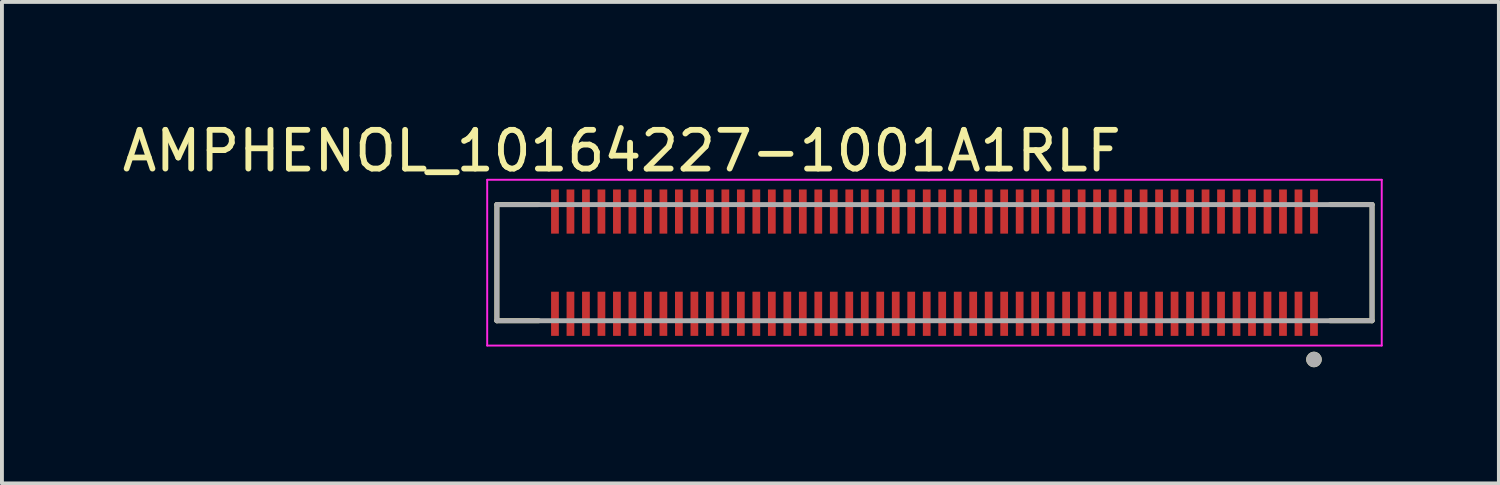
<source format=kicad_pcb>
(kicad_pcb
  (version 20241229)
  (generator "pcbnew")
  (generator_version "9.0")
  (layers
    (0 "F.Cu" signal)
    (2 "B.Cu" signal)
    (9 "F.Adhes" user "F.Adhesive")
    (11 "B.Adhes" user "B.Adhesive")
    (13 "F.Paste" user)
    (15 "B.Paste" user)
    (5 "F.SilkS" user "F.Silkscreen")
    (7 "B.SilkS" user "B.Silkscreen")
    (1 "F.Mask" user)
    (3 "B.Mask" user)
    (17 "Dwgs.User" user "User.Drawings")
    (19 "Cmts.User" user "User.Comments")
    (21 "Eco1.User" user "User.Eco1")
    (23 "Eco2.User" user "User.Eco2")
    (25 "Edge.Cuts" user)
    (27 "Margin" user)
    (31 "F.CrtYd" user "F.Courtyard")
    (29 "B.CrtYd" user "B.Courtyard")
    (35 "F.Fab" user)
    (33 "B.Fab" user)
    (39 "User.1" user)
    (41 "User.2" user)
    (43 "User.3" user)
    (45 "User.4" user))
  (footprint "AMPHENOL_10164227-1001A1RLF"
    (layer "F.Cu")
    (at 21.081 3.733)
    (property "Reference" "AMPHENOL_10164227-1001A1RLF" (at -8.075 -2.885 0) (layer "F.SilkS") (effects (font (size 1 1) (thickness 0.15))))
    (attr smd)
    (fp_poly (pts (xy -9.95 -1.94) (xy -9.65 -1.94) (xy -9.65 -1.19) (xy -9.95 -1.19)) (stroke (width 0.01) (type solid)) (fill yes) (layer "F.Mask"))
    (fp_poly (pts (xy -9.95 1.19) (xy -9.65 1.19) (xy -9.65 1.94) (xy -9.95 1.94)) (stroke (width 0.01) (type solid)) (fill yes) (layer "F.Mask"))
    (fp_poly (pts (xy -9.55 -1.94) (xy -9.25 -1.94) (xy -9.25 -1.19) (xy -9.55 -1.19)) (stroke (width 0.01) (type solid)) (fill yes) (layer "F.Mask"))
    (fp_poly (pts (xy -9.55 1.19) (xy -9.25 1.19) (xy -9.25 1.94) (xy -9.55 1.94)) (stroke (width 0.01) (type solid)) (fill yes) (layer "F.Mask"))
    (fp_poly (pts (xy -9.15 -1.94) (xy -8.85 -1.94) (xy -8.85 -1.19) (xy -9.15 -1.19)) (stroke (width 0.01) (type solid)) (fill yes) (layer "F.Mask"))
    (fp_poly (pts (xy -9.15 1.19) (xy -8.85 1.19) (xy -8.85 1.94) (xy -9.15 1.94)) (stroke (width 0.01) (type solid)) (fill yes) (layer "F.Mask"))
    (fp_poly (pts (xy -8.75 -1.94) (xy -8.45 -1.94) (xy -8.45 -1.19) (xy -8.75 -1.19)) (stroke (width 0.01) (type solid)) (fill yes) (layer "F.Mask"))
    (fp_poly (pts (xy -8.75 1.19) (xy -8.45 1.19) (xy -8.45 1.94) (xy -8.75 1.94)) (stroke (width 0.01) (type solid)) (fill yes) (layer "F.Mask"))
    (fp_poly (pts (xy -8.35 -1.94) (xy -8.05 -1.94) (xy -8.05 -1.19) (xy -8.35 -1.19)) (stroke (width 0.01) (type solid)) (fill yes) (layer "F.Mask"))
    (fp_poly (pts (xy -8.35 1.19) (xy -8.05 1.19) (xy -8.05 1.94) (xy -8.35 1.94)) (stroke (width 0.01) (type solid)) (fill yes) (layer "F.Mask"))
    (fp_poly (pts (xy -7.95 -1.94) (xy -7.65 -1.94) (xy -7.65 -1.19) (xy -7.95 -1.19)) (stroke (width 0.01) (type solid)) (fill yes) (layer "F.Mask"))
    (fp_poly (pts (xy -7.95 1.19) (xy -7.65 1.19) (xy -7.65 1.94) (xy -7.95 1.94)) (stroke (width 0.01) (type solid)) (fill yes) (layer "F.Mask"))
    (fp_poly (pts (xy -7.55 -1.94) (xy -7.25 -1.94) (xy -7.25 -1.19) (xy -7.55 -1.19)) (stroke (width 0.01) (type solid)) (fill yes) (layer "F.Mask"))
    (fp_poly (pts (xy -7.55 1.19) (xy -7.25 1.19) (xy -7.25 1.94) (xy -7.55 1.94)) (stroke (width 0.01) (type solid)) (fill yes) (layer "F.Mask"))
    (fp_poly (pts (xy -7.15 -1.94) (xy -6.85 -1.94) (xy -6.85 -1.19) (xy -7.15 -1.19)) (stroke (width 0.01) (type solid)) (fill yes) (layer "F.Mask"))
    (fp_poly (pts (xy -7.15 1.19) (xy -6.85 1.19) (xy -6.85 1.94) (xy -7.15 1.94)) (stroke (width 0.01) (type solid)) (fill yes) (layer "F.Mask"))
    (fp_poly (pts (xy -6.75 -1.94) (xy -6.45 -1.94) (xy -6.45 -1.19) (xy -6.75 -1.19)) (stroke (width 0.01) (type solid)) (fill yes) (layer "F.Mask"))
    (fp_poly (pts (xy -6.75 1.19) (xy -6.45 1.19) (xy -6.45 1.94) (xy -6.75 1.94)) (stroke (width 0.01) (type solid)) (fill yes) (layer "F.Mask"))
    (fp_poly (pts (xy -6.35 -1.94) (xy -6.05 -1.94) (xy -6.05 -1.19) (xy -6.35 -1.19)) (stroke (width 0.01) (type solid)) (fill yes) (layer "F.Mask"))
    (fp_poly (pts (xy -6.35 1.19) (xy -6.05 1.19) (xy -6.05 1.94) (xy -6.35 1.94)) (stroke (width 0.01) (type solid)) (fill yes) (layer "F.Mask"))
    (fp_poly (pts (xy -5.95 -1.94) (xy -5.65 -1.94) (xy -5.65 -1.19) (xy -5.95 -1.19)) (stroke (width 0.01) (type solid)) (fill yes) (layer "F.Mask"))
    (fp_poly (pts (xy -5.95 1.19) (xy -5.65 1.19) (xy -5.65 1.94) (xy -5.95 1.94)) (stroke (width 0.01) (type solid)) (fill yes) (layer "F.Mask"))
    (fp_poly (pts (xy -5.55 -1.94) (xy -5.25 -1.94) (xy -5.25 -1.19) (xy -5.55 -1.19)) (stroke (width 0.01) (type solid)) (fill yes) (layer "F.Mask"))
    (fp_poly (pts (xy -5.55 1.19) (xy -5.25 1.19) (xy -5.25 1.94) (xy -5.55 1.94)) (stroke (width 0.01) (type solid)) (fill yes) (layer "F.Mask"))
    (fp_poly (pts (xy -5.15 -1.94) (xy -4.85 -1.94) (xy -4.85 -1.19) (xy -5.15 -1.19)) (stroke (width 0.01) (type solid)) (fill yes) (layer "F.Mask"))
    (fp_poly (pts (xy -5.15 1.19) (xy -4.85 1.19) (xy -4.85 1.94) (xy -5.15 1.94)) (stroke (width 0.01) (type solid)) (fill yes) (layer "F.Mask"))
    (fp_poly (pts (xy -4.75 -1.94) (xy -4.45 -1.94) (xy -4.45 -1.19) (xy -4.75 -1.19)) (stroke (width 0.01) (type solid)) (fill yes) (layer "F.Mask"))
    (fp_poly (pts (xy -4.75 1.19) (xy -4.45 1.19) (xy -4.45 1.94) (xy -4.75 1.94)) (stroke (width 0.01) (type solid)) (fill yes) (layer "F.Mask"))
    (fp_poly (pts (xy -4.35 -1.94) (xy -4.05 -1.94) (xy -4.05 -1.19) (xy -4.35 -1.19)) (stroke (width 0.01) (type solid)) (fill yes) (layer "F.Mask"))
    (fp_poly (pts (xy -4.35 1.19) (xy -4.05 1.19) (xy -4.05 1.94) (xy -4.35 1.94)) (stroke (width 0.01) (type solid)) (fill yes) (layer "F.Mask"))
    (fp_poly (pts (xy -3.95 -1.94) (xy -3.65 -1.94) (xy -3.65 -1.19) (xy -3.95 -1.19)) (stroke (width 0.01) (type solid)) (fill yes) (layer "F.Mask"))
    (fp_poly (pts (xy -3.95 1.19) (xy -3.65 1.19) (xy -3.65 1.94) (xy -3.95 1.94)) (stroke (width 0.01) (type solid)) (fill yes) (layer "F.Mask"))
    (fp_poly (pts (xy -3.55 -1.94) (xy -3.25 -1.94) (xy -3.25 -1.19) (xy -3.55 -1.19)) (stroke (width 0.01) (type solid)) (fill yes) (layer "F.Mask"))
    (fp_poly (pts (xy -3.55 1.19) (xy -3.25 1.19) (xy -3.25 1.94) (xy -3.55 1.94)) (stroke (width 0.01) (type solid)) (fill yes) (layer "F.Mask"))
    (fp_poly (pts (xy -3.15 -1.94) (xy -2.85 -1.94) (xy -2.85 -1.19) (xy -3.15 -1.19)) (stroke (width 0.01) (type solid)) (fill yes) (layer "F.Mask"))
    (fp_poly (pts (xy -3.15 1.19) (xy -2.85 1.19) (xy -2.85 1.94) (xy -3.15 1.94)) (stroke (width 0.01) (type solid)) (fill yes) (layer "F.Mask"))
    (fp_poly (pts (xy -2.75 -1.94) (xy -2.45 -1.94) (xy -2.45 -1.19) (xy -2.75 -1.19)) (stroke (width 0.01) (type solid)) (fill yes) (layer "F.Mask"))
    (fp_poly (pts (xy -2.75 1.19) (xy -2.45 1.19) (xy -2.45 1.94) (xy -2.75 1.94)) (stroke (width 0.01) (type solid)) (fill yes) (layer "F.Mask"))
    (fp_poly (pts (xy -2.35 -1.94) (xy -2.05 -1.94) (xy -2.05 -1.19) (xy -2.35 -1.19)) (stroke (width 0.01) (type solid)) (fill yes) (layer "F.Mask"))
    (fp_poly (pts (xy -2.35 1.19) (xy -2.05 1.19) (xy -2.05 1.94) (xy -2.35 1.94)) (stroke (width 0.01) (type solid)) (fill yes) (layer "F.Mask"))
    (fp_poly (pts (xy -1.95 -1.94) (xy -1.65 -1.94) (xy -1.65 -1.19) (xy -1.95 -1.19)) (stroke (width 0.01) (type solid)) (fill yes) (layer "F.Mask"))
    (fp_poly (pts (xy -1.95 1.19) (xy -1.65 1.19) (xy -1.65 1.94) (xy -1.95 1.94)) (stroke (width 0.01) (type solid)) (fill yes) (layer "F.Mask"))
    (fp_poly (pts (xy -1.55 -1.94) (xy -1.25 -1.94) (xy -1.25 -1.19) (xy -1.55 -1.19)) (stroke (width 0.01) (type solid)) (fill yes) (layer "F.Mask"))
    (fp_poly (pts (xy -1.55 1.19) (xy -1.25 1.19) (xy -1.25 1.94) (xy -1.55 1.94)) (stroke (width 0.01) (type solid)) (fill yes) (layer "F.Mask"))
    (fp_poly (pts (xy -1.15 -1.94) (xy -0.85 -1.94) (xy -0.85 -1.19) (xy -1.15 -1.19)) (stroke (width 0.01) (type solid)) (fill yes) (layer "F.Mask"))
    (fp_poly (pts (xy -1.15 1.19) (xy -0.85 1.19) (xy -0.85 1.94) (xy -1.15 1.94)) (stroke (width 0.01) (type solid)) (fill yes) (layer "F.Mask"))
    (fp_poly (pts (xy -0.75 -1.94) (xy -0.45 -1.94) (xy -0.45 -1.19) (xy -0.75 -1.19)) (stroke (width 0.01) (type solid)) (fill yes) (layer "F.Mask"))
    (fp_poly (pts (xy -0.75 1.19) (xy -0.45 1.19) (xy -0.45 1.94) (xy -0.75 1.94)) (stroke (width 0.01) (type solid)) (fill yes) (layer "F.Mask"))
    (fp_poly (pts (xy -0.35 -1.94) (xy -0.05 -1.94) (xy -0.05 -1.19) (xy -0.35 -1.19)) (stroke (width 0.01) (type solid)) (fill yes) (layer "F.Mask"))
    (fp_poly (pts (xy -0.35 1.19) (xy -0.05 1.19) (xy -0.05 1.94) (xy -0.35 1.94)) (stroke (width 0.01) (type solid)) (fill yes) (layer "F.Mask"))
    (fp_poly (pts (xy 0.05 -1.94) (xy 0.35 -1.94) (xy 0.35 -1.19) (xy 0.05 -1.19)) (stroke (width 0.01) (type solid)) (fill yes) (layer "F.Mask"))
    (fp_poly (pts (xy 0.05 1.19) (xy 0.35 1.19) (xy 0.35 1.94) (xy 0.05 1.94)) (stroke (width 0.01) (type solid)) (fill yes) (layer "F.Mask"))
    (fp_poly (pts (xy 0.45 -1.94) (xy 0.75 -1.94) (xy 0.75 -1.19) (xy 0.45 -1.19)) (stroke (width 0.01) (type solid)) (fill yes) (layer "F.Mask"))
    (fp_poly (pts (xy 0.45 1.19) (xy 0.75 1.19) (xy 0.75 1.94) (xy 0.45 1.94)) (stroke (width 0.01) (type solid)) (fill yes) (layer "F.Mask"))
    (fp_poly (pts (xy 0.85 -1.94) (xy 1.15 -1.94) (xy 1.15 -1.19) (xy 0.85 -1.19)) (stroke (width 0.01) (type solid)) (fill yes) (layer "F.Mask"))
    (fp_poly (pts (xy 0.85 1.19) (xy 1.15 1.19) (xy 1.15 1.94) (xy 0.85 1.94)) (stroke (width 0.01) (type solid)) (fill yes) (layer "F.Mask"))
    (fp_poly (pts (xy 1.25 -1.94) (xy 1.55 -1.94) (xy 1.55 -1.19) (xy 1.25 -1.19)) (stroke (width 0.01) (type solid)) (fill yes) (layer "F.Mask"))
    (fp_poly (pts (xy 1.25 1.19) (xy 1.55 1.19) (xy 1.55 1.94) (xy 1.25 1.94)) (stroke (width 0.01) (type solid)) (fill yes) (layer "F.Mask"))
    (fp_poly (pts (xy 1.65 -1.94) (xy 1.95 -1.94) (xy 1.95 -1.19) (xy 1.65 -1.19)) (stroke (width 0.01) (type solid)) (fill yes) (layer "F.Mask"))
    (fp_poly (pts (xy 1.65 1.19) (xy 1.95 1.19) (xy 1.95 1.94) (xy 1.65 1.94)) (stroke (width 0.01) (type solid)) (fill yes) (layer "F.Mask"))
    (fp_poly (pts (xy 2.05 -1.94) (xy 2.35 -1.94) (xy 2.35 -1.19) (xy 2.05 -1.19)) (stroke (width 0.01) (type solid)) (fill yes) (layer "F.Mask"))
    (fp_poly (pts (xy 2.05 1.19) (xy 2.35 1.19) (xy 2.35 1.94) (xy 2.05 1.94)) (stroke (width 0.01) (type solid)) (fill yes) (layer "F.Mask"))
    (fp_poly (pts (xy 2.45 -1.94) (xy 2.75 -1.94) (xy 2.75 -1.19) (xy 2.45 -1.19)) (stroke (width 0.01) (type solid)) (fill yes) (layer "F.Mask"))
    (fp_poly (pts (xy 2.45 1.19) (xy 2.75 1.19) (xy 2.75 1.94) (xy 2.45 1.94)) (stroke (width 0.01) (type solid)) (fill yes) (layer "F.Mask"))
    (fp_poly (pts (xy 2.85 -1.94) (xy 3.15 -1.94) (xy 3.15 -1.19) (xy 2.85 -1.19)) (stroke (width 0.01) (type solid)) (fill yes) (layer "F.Mask"))
    (fp_poly (pts (xy 2.85 1.19) (xy 3.15 1.19) (xy 3.15 1.94) (xy 2.85 1.94)) (stroke (width 0.01) (type solid)) (fill yes) (layer "F.Mask"))
    (fp_poly (pts (xy 3.25 -1.94) (xy 3.55 -1.94) (xy 3.55 -1.19) (xy 3.25 -1.19)) (stroke (width 0.01) (type solid)) (fill yes) (layer "F.Mask"))
    (fp_poly (pts (xy 3.25 1.19) (xy 3.55 1.19) (xy 3.55 1.94) (xy 3.25 1.94)) (stroke (width 0.01) (type solid)) (fill yes) (layer "F.Mask"))
    (fp_poly (pts (xy 3.65 -1.94) (xy 3.95 -1.94) (xy 3.95 -1.19) (xy 3.65 -1.19)) (stroke (width 0.01) (type solid)) (fill yes) (layer "F.Mask"))
    (fp_poly (pts (xy 3.65 1.19) (xy 3.95 1.19) (xy 3.95 1.94) (xy 3.65 1.94)) (stroke (width 0.01) (type solid)) (fill yes) (layer "F.Mask"))
    (fp_poly (pts (xy 4.05 -1.94) (xy 4.35 -1.94) (xy 4.35 -1.19) (xy 4.05 -1.19)) (stroke (width 0.01) (type solid)) (fill yes) (layer "F.Mask"))
    (fp_poly (pts (xy 4.05 1.19) (xy 4.35 1.19) (xy 4.35 1.94) (xy 4.05 1.94)) (stroke (width 0.01) (type solid)) (fill yes) (layer "F.Mask"))
    (fp_poly (pts (xy 4.45 -1.94) (xy 4.75 -1.94) (xy 4.75 -1.19) (xy 4.45 -1.19)) (stroke (width 0.01) (type solid)) (fill yes) (layer "F.Mask"))
    (fp_poly (pts (xy 4.45 1.19) (xy 4.75 1.19) (xy 4.75 1.94) (xy 4.45 1.94)) (stroke (width 0.01) (type solid)) (fill yes) (layer "F.Mask"))
    (fp_poly (pts (xy 4.85 -1.94) (xy 5.15 -1.94) (xy 5.15 -1.19) (xy 4.85 -1.19)) (stroke (width 0.01) (type solid)) (fill yes) (layer "F.Mask"))
    (fp_poly (pts (xy 4.85 1.19) (xy 5.15 1.19) (xy 5.15 1.94) (xy 4.85 1.94)) (stroke (width 0.01) (type solid)) (fill yes) (layer "F.Mask"))
    (fp_poly (pts (xy 5.25 -1.94) (xy 5.55 -1.94) (xy 5.55 -1.19) (xy 5.25 -1.19)) (stroke (width 0.01) (type solid)) (fill yes) (layer "F.Mask"))
    (fp_poly (pts (xy 5.25 1.19) (xy 5.55 1.19) (xy 5.55 1.94) (xy 5.25 1.94)) (stroke (width 0.01) (type solid)) (fill yes) (layer "F.Mask"))
    (fp_poly (pts (xy 5.65 -1.94) (xy 5.95 -1.94) (xy 5.95 -1.19) (xy 5.65 -1.19)) (stroke (width 0.01) (type solid)) (fill yes) (layer "F.Mask"))
    (fp_poly (pts (xy 5.65 1.19) (xy 5.95 1.19) (xy 5.95 1.94) (xy 5.65 1.94)) (stroke (width 0.01) (type solid)) (fill yes) (layer "F.Mask"))
    (fp_poly (pts (xy 6.05 -1.94) (xy 6.35 -1.94) (xy 6.35 -1.19) (xy 6.05 -1.19)) (stroke (width 0.01) (type solid)) (fill yes) (layer "F.Mask"))
    (fp_poly (pts (xy 6.05 1.19) (xy 6.35 1.19) (xy 6.35 1.94) (xy 6.05 1.94)) (stroke (width 0.01) (type solid)) (fill yes) (layer "F.Mask"))
    (fp_poly (pts (xy 6.45 -1.94) (xy 6.75 -1.94) (xy 6.75 -1.19) (xy 6.45 -1.19)) (stroke (width 0.01) (type solid)) (fill yes) (layer "F.Mask"))
    (fp_poly (pts (xy 6.45 1.19) (xy 6.75 1.19) (xy 6.75 1.94) (xy 6.45 1.94)) (stroke (width 0.01) (type solid)) (fill yes) (layer "F.Mask"))
    (fp_poly (pts (xy 6.85 -1.94) (xy 7.15 -1.94) (xy 7.15 -1.19) (xy 6.85 -1.19)) (stroke (width 0.01) (type solid)) (fill yes) (layer "F.Mask"))
    (fp_poly (pts (xy 6.85 1.19) (xy 7.15 1.19) (xy 7.15 1.94) (xy 6.85 1.94)) (stroke (width 0.01) (type solid)) (fill yes) (layer "F.Mask"))
    (fp_poly (pts (xy 7.25 -1.94) (xy 7.55 -1.94) (xy 7.55 -1.19) (xy 7.25 -1.19)) (stroke (width 0.01) (type solid)) (fill yes) (layer "F.Mask"))
    (fp_poly (pts (xy 7.25 1.19) (xy 7.55 1.19) (xy 7.55 1.94) (xy 7.25 1.94)) (stroke (width 0.01) (type solid)) (fill yes) (layer "F.Mask"))
    (fp_poly (pts (xy 7.65 -1.94) (xy 7.95 -1.94) (xy 7.95 -1.19) (xy 7.65 -1.19)) (stroke (width 0.01) (type solid)) (fill yes) (layer "F.Mask"))
    (fp_poly (pts (xy 7.65 1.19) (xy 7.95 1.19) (xy 7.95 1.94) (xy 7.65 1.94)) (stroke (width 0.01) (type solid)) (fill yes) (layer "F.Mask"))
    (fp_poly (pts (xy 8.05 -1.94) (xy 8.35 -1.94) (xy 8.35 -1.19) (xy 8.05 -1.19)) (stroke (width 0.01) (type solid)) (fill yes) (layer "F.Mask"))
    (fp_poly (pts (xy 8.05 1.19) (xy 8.35 1.19) (xy 8.35 1.94) (xy 8.05 1.94)) (stroke (width 0.01) (type solid)) (fill yes) (layer "F.Mask"))
    (fp_poly (pts (xy 8.45 -1.94) (xy 8.75 -1.94) (xy 8.75 -1.19) (xy 8.45 -1.19)) (stroke (width 0.01) (type solid)) (fill yes) (layer "F.Mask"))
    (fp_poly (pts (xy 8.45 1.19) (xy 8.75 1.19) (xy 8.75 1.94) (xy 8.45 1.94)) (stroke (width 0.01) (type solid)) (fill yes) (layer "F.Mask"))
    (fp_poly (pts (xy 8.85 -1.94) (xy 9.15 -1.94) (xy 9.15 -1.19) (xy 8.85 -1.19)) (stroke (width 0.01) (type solid)) (fill yes) (layer "F.Mask"))
    (fp_poly (pts (xy 8.85 1.19) (xy 9.15 1.19) (xy 9.15 1.94) (xy 8.85 1.94)) (stroke (width 0.01) (type solid)) (fill yes) (layer "F.Mask"))
    (fp_poly (pts (xy 9.25 -1.94) (xy 9.55 -1.94) (xy 9.55 -1.19) (xy 9.25 -1.19)) (stroke (width 0.01) (type solid)) (fill yes) (layer "F.Mask"))
    (fp_poly (pts (xy 9.25 1.19) (xy 9.55 1.19) (xy 9.55 1.94) (xy 9.25 1.94)) (stroke (width 0.01) (type solid)) (fill yes) (layer "F.Mask"))
    (fp_poly (pts (xy 9.65 -1.94) (xy 9.95 -1.94) (xy 9.95 -1.19) (xy 9.65 -1.19)) (stroke (width 0.01) (type solid)) (fill yes) (layer "F.Mask"))
    (fp_poly (pts (xy 9.65 1.19) (xy 9.95 1.19) (xy 9.95 1.94) (xy 9.65 1.94)) (stroke (width 0.01) (type solid)) (fill yes) (layer "F.Mask"))
    (fp_line (start -11.3 -1.5) (end -11.3 1.5) (stroke (width 0.127) (type solid)) (layer "F.SilkS"))
    (fp_line (start -11.3 1.5) (end -10.22 1.5) (stroke (width 0.127) (type solid)) (layer "F.SilkS"))
    (fp_line (start -10.22 -1.5) (end -11.3 -1.5) (stroke (width 0.127) (type solid)) (layer "F.SilkS"))
    (fp_line (start 10.22 1.5) (end 11.3 1.5) (stroke (width 0.127) (type solid)) (layer "F.SilkS"))
    (fp_line (start 11.3 -1.5) (end 10.22 -1.5) (stroke (width 0.127) (type solid)) (layer "F.SilkS"))
    (fp_line (start 11.3 1.5) (end 11.3 -1.5) (stroke (width 0.127) (type solid)) (layer "F.SilkS"))
    (fp_circle (center 9.8 2.5) (end 9.9 2.5) (stroke (width 0.2) (type solid)) (fill no) (layer "F.SilkS"))
    (fp_poly (pts (xy -9.889 -1.853) (xy -9.71 -1.853) (xy -9.71 -1.227) (xy -9.889 -1.227)) (stroke (width 0.01) (type solid)) (fill yes) (layer "F.Paste"))
    (fp_poly (pts (xy -9.889 1.227) (xy -9.71 1.227) (xy -9.71 1.853) (xy -9.889 1.853)) (stroke (width 0.01) (type solid)) (fill yes) (layer "F.Paste"))
    (fp_poly (pts (xy -9.489 -1.853) (xy -9.31 -1.853) (xy -9.31 -1.227) (xy -9.489 -1.227)) (stroke (width 0.01) (type solid)) (fill yes) (layer "F.Paste"))
    (fp_poly (pts (xy -9.489 1.227) (xy -9.31 1.227) (xy -9.31 1.853) (xy -9.489 1.853)) (stroke (width 0.01) (type solid)) (fill yes) (layer "F.Paste"))
    (fp_poly (pts (xy -9.089 -1.853) (xy -8.911 -1.853) (xy -8.911 -1.227) (xy -9.089 -1.227)) (stroke (width 0.01) (type solid)) (fill yes) (layer "F.Paste"))
    (fp_poly (pts (xy -9.089 1.227) (xy -8.911 1.227) (xy -8.911 1.853) (xy -9.089 1.853)) (stroke (width 0.01) (type solid)) (fill yes) (layer "F.Paste"))
    (fp_poly (pts (xy -8.69 -1.853) (xy -8.511 -1.853) (xy -8.511 -1.227) (xy -8.69 -1.227)) (stroke (width 0.01) (type solid)) (fill yes) (layer "F.Paste"))
    (fp_poly (pts (xy -8.69 1.227) (xy -8.511 1.227) (xy -8.511 1.853) (xy -8.69 1.853)) (stroke (width 0.01) (type solid)) (fill yes) (layer "F.Paste"))
    (fp_poly (pts (xy -8.29 -1.853) (xy -8.111 -1.853) (xy -8.111 -1.227) (xy -8.29 -1.227)) (stroke (width 0.01) (type solid)) (fill yes) (layer "F.Paste"))
    (fp_poly (pts (xy -8.29 1.227) (xy -8.111 1.227) (xy -8.111 1.853) (xy -8.29 1.853)) (stroke (width 0.01) (type solid)) (fill yes) (layer "F.Paste"))
    (fp_poly (pts (xy -7.889 -1.853) (xy -7.71 -1.853) (xy -7.71 -1.227) (xy -7.889 -1.227)) (stroke (width 0.01) (type solid)) (fill yes) (layer "F.Paste"))
    (fp_poly (pts (xy -7.889 1.227) (xy -7.71 1.227) (xy -7.71 1.853) (xy -7.889 1.853)) (stroke (width 0.01) (type solid)) (fill yes) (layer "F.Paste"))
    (fp_poly (pts (xy -7.489 -1.853) (xy -7.311 -1.853) (xy -7.311 -1.227) (xy -7.489 -1.227)) (stroke (width 0.01) (type solid)) (fill yes) (layer "F.Paste"))
    (fp_poly (pts (xy -7.489 1.227) (xy -7.311 1.227) (xy -7.311 1.853) (xy -7.489 1.853)) (stroke (width 0.01) (type solid)) (fill yes) (layer "F.Paste"))
    (fp_poly (pts (xy -7.09 -1.853) (xy -6.91 -1.853) (xy -6.91 -1.227) (xy -7.09 -1.227)) (stroke (width 0.01) (type solid)) (fill yes) (layer "F.Paste"))
    (fp_poly (pts (xy -7.09 1.227) (xy -6.91 1.227) (xy -6.91 1.853) (xy -7.09 1.853)) (stroke (width 0.01) (type solid)) (fill yes) (layer "F.Paste"))
    (fp_poly (pts (xy -6.689 -1.853) (xy -6.511 -1.853) (xy -6.511 -1.227) (xy -6.689 -1.227)) (stroke (width 0.01) (type solid)) (fill yes) (layer "F.Paste"))
    (fp_poly (pts (xy -6.689 1.227) (xy -6.511 1.227) (xy -6.511 1.853) (xy -6.689 1.853)) (stroke (width 0.01) (type solid)) (fill yes) (layer "F.Paste"))
    (fp_poly (pts (xy -6.29 -1.853) (xy -6.111 -1.853) (xy -6.111 -1.227) (xy -6.29 -1.227)) (stroke (width 0.01) (type solid)) (fill yes) (layer "F.Paste"))
    (fp_poly (pts (xy -6.29 1.227) (xy -6.111 1.227) (xy -6.111 1.853) (xy -6.29 1.853)) (stroke (width 0.01) (type solid)) (fill yes) (layer "F.Paste"))
    (fp_poly (pts (xy -5.889 -1.853) (xy -5.71 -1.853) (xy -5.71 -1.227) (xy -5.889 -1.227)) (stroke (width 0.01) (type solid)) (fill yes) (layer "F.Paste"))
    (fp_poly (pts (xy -5.889 1.227) (xy -5.71 1.227) (xy -5.71 1.853) (xy -5.889 1.853)) (stroke (width 0.01) (type solid)) (fill yes) (layer "F.Paste"))
    (fp_poly (pts (xy -5.489 -1.853) (xy -5.311 -1.853) (xy -5.311 -1.227) (xy -5.489 -1.227)) (stroke (width 0.01) (type solid)) (fill yes) (layer "F.Paste"))
    (fp_poly (pts (xy -5.489 1.227) (xy -5.311 1.227) (xy -5.311 1.853) (xy -5.489 1.853)) (stroke (width 0.01) (type solid)) (fill yes) (layer "F.Paste"))
    (fp_poly (pts (xy -5.09 -1.853) (xy -4.91 -1.853) (xy -4.91 -1.227) (xy -5.09 -1.227)) (stroke (width 0.01) (type solid)) (fill yes) (layer "F.Paste"))
    (fp_poly (pts (xy -5.09 1.227) (xy -4.91 1.227) (xy -4.91 1.853) (xy -5.09 1.853)) (stroke (width 0.01) (type solid)) (fill yes) (layer "F.Paste"))
    (fp_poly (pts (xy -4.689 -1.853) (xy -4.511 -1.853) (xy -4.511 -1.227) (xy -4.689 -1.227)) (stroke (width 0.01) (type solid)) (fill yes) (layer "F.Paste"))
    (fp_poly (pts (xy -4.689 1.227) (xy -4.511 1.227) (xy -4.511 1.853) (xy -4.689 1.853)) (stroke (width 0.01) (type solid)) (fill yes) (layer "F.Paste"))
    (fp_poly (pts (xy -4.29 -1.853) (xy -4.111 -1.853) (xy -4.111 -1.227) (xy -4.29 -1.227)) (stroke (width 0.01) (type solid)) (fill yes) (layer "F.Paste"))
    (fp_poly (pts (xy -4.29 1.227) (xy -4.111 1.227) (xy -4.111 1.853) (xy -4.29 1.853)) (stroke (width 0.01) (type solid)) (fill yes) (layer "F.Paste"))
    (fp_poly (pts (xy -3.889 -1.853) (xy -3.711 -1.853) (xy -3.711 -1.227) (xy -3.889 -1.227)) (stroke (width 0.01) (type solid)) (fill yes) (layer "F.Paste"))
    (fp_poly (pts (xy -3.889 1.227) (xy -3.711 1.227) (xy -3.711 1.853) (xy -3.889 1.853)) (stroke (width 0.01) (type solid)) (fill yes) (layer "F.Paste"))
    (fp_poly (pts (xy -3.49 -1.853) (xy -3.311 -1.853) (xy -3.311 -1.227) (xy -3.49 -1.227)) (stroke (width 0.01) (type solid)) (fill yes) (layer "F.Paste"))
    (fp_poly (pts (xy -3.49 1.227) (xy -3.311 1.227) (xy -3.311 1.853) (xy -3.49 1.853)) (stroke (width 0.01) (type solid)) (fill yes) (layer "F.Paste"))
    (fp_poly (pts (xy -3.09 -1.853) (xy -2.91 -1.853) (xy -2.91 -1.227) (xy -3.09 -1.227)) (stroke (width 0.01) (type solid)) (fill yes) (layer "F.Paste"))
    (fp_poly (pts (xy -3.09 1.227) (xy -2.91 1.227) (xy -2.91 1.853) (xy -3.09 1.853)) (stroke (width 0.01) (type solid)) (fill yes) (layer "F.Paste"))
    (fp_poly (pts (xy -2.689 -1.853) (xy -2.51 -1.853) (xy -2.51 -1.227) (xy -2.689 -1.227)) (stroke (width 0.01) (type solid)) (fill yes) (layer "F.Paste"))
    (fp_poly (pts (xy -2.689 1.227) (xy -2.51 1.227) (xy -2.51 1.853) (xy -2.689 1.853)) (stroke (width 0.01) (type solid)) (fill yes) (layer "F.Paste"))
    (fp_poly (pts (xy -2.289 -1.853) (xy -2.111 -1.853) (xy -2.111 -1.227) (xy -2.289 -1.227)) (stroke (width 0.01) (type solid)) (fill yes) (layer "F.Paste"))
    (fp_poly (pts (xy -2.289 1.227) (xy -2.111 1.227) (xy -2.111 1.853) (xy -2.289 1.853)) (stroke (width 0.01) (type solid)) (fill yes) (layer "F.Paste"))
    (fp_poly (pts (xy -1.889 -1.853) (xy -1.71 -1.853) (xy -1.71 -1.227) (xy -1.889 -1.227)) (stroke (width 0.01) (type solid)) (fill yes) (layer "F.Paste"))
    (fp_poly (pts (xy -1.889 1.227) (xy -1.71 1.227) (xy -1.71 1.853) (xy -1.889 1.853)) (stroke (width 0.01) (type solid)) (fill yes) (layer "F.Paste"))
    (fp_poly (pts (xy -1.49 -1.853) (xy -1.31 -1.853) (xy -1.31 -1.227) (xy -1.49 -1.227)) (stroke (width 0.01) (type solid)) (fill yes) (layer "F.Paste"))
    (fp_poly (pts (xy -1.49 1.227) (xy -1.31 1.227) (xy -1.31 1.853) (xy -1.49 1.853)) (stroke (width 0.01) (type solid)) (fill yes) (layer "F.Paste"))
    (fp_poly (pts (xy -1.089 -1.853) (xy -0.91 -1.853) (xy -0.91 -1.227) (xy -1.089 -1.227)) (stroke (width 0.01) (type solid)) (fill yes) (layer "F.Paste"))
    (fp_poly (pts (xy -1.089 1.227) (xy -0.91 1.227) (xy -0.91 1.853) (xy -1.089 1.853)) (stroke (width 0.01) (type solid)) (fill yes) (layer "F.Paste"))
    (fp_poly (pts (xy -0.69 -1.853) (xy -0.51 -1.853) (xy -0.51 -1.227) (xy -0.69 -1.227)) (stroke (width 0.01) (type solid)) (fill yes) (layer "F.Paste"))
    (fp_poly (pts (xy -0.69 1.227) (xy -0.51 1.227) (xy -0.51 1.853) (xy -0.69 1.853)) (stroke (width 0.01) (type solid)) (fill yes) (layer "F.Paste"))
    (fp_poly (pts (xy -0.289 -1.853) (xy -0.111 -1.853) (xy -0.111 -1.227) (xy -0.289 -1.227)) (stroke (width 0.01) (type solid)) (fill yes) (layer "F.Paste"))
    (fp_poly (pts (xy -0.289 1.227) (xy -0.111 1.227) (xy -0.111 1.853) (xy -0.289 1.853)) (stroke (width 0.01) (type solid)) (fill yes) (layer "F.Paste"))
    (fp_poly (pts (xy 0.111 -1.853) (xy 0.289 -1.853) (xy 0.289 -1.227) (xy 0.111 -1.227)) (stroke (width 0.01) (type solid)) (fill yes) (layer "F.Paste"))
    (fp_poly (pts (xy 0.111 1.227) (xy 0.289 1.227) (xy 0.289 1.853) (xy 0.111 1.853)) (stroke (width 0.01) (type solid)) (fill yes) (layer "F.Paste"))
    (fp_poly (pts (xy 0.51 -1.853) (xy 0.69 -1.853) (xy 0.69 -1.227) (xy 0.51 -1.227)) (stroke (width 0.01) (type solid)) (fill yes) (layer "F.Paste"))
    (fp_poly (pts (xy 0.51 1.227) (xy 0.69 1.227) (xy 0.69 1.853) (xy 0.51 1.853)) (stroke (width 0.01) (type solid)) (fill yes) (layer "F.Paste"))
    (fp_poly (pts (xy 0.91 -1.853) (xy 1.089 -1.853) (xy 1.089 -1.227) (xy 0.91 -1.227)) (stroke (width 0.01) (type solid)) (fill yes) (layer "F.Paste"))
    (fp_poly (pts (xy 0.91 1.227) (xy 1.089 1.227) (xy 1.089 1.853) (xy 0.91 1.853)) (stroke (width 0.01) (type solid)) (fill yes) (layer "F.Paste"))
    (fp_poly (pts (xy 1.31 -1.853) (xy 1.49 -1.853) (xy 1.49 -1.227) (xy 1.31 -1.227)) (stroke (width 0.01) (type solid)) (fill yes) (layer "F.Paste"))
    (fp_poly (pts (xy 1.31 1.227) (xy 1.49 1.227) (xy 1.49 1.853) (xy 1.31 1.853)) (stroke (width 0.01) (type solid)) (fill yes) (layer "F.Paste"))
    (fp_poly (pts (xy 1.71 -1.853) (xy 1.889 -1.853) (xy 1.889 -1.227) (xy 1.71 -1.227)) (stroke (width 0.01) (type solid)) (fill yes) (layer "F.Paste"))
    (fp_poly (pts (xy 1.71 1.227) (xy 1.889 1.227) (xy 1.889 1.853) (xy 1.71 1.853)) (stroke (width 0.01) (type solid)) (fill yes) (layer "F.Paste"))
    (fp_poly (pts (xy 2.111 -1.853) (xy 2.289 -1.853) (xy 2.289 -1.227) (xy 2.111 -1.227)) (stroke (width 0.01) (type solid)) (fill yes) (layer "F.Paste"))
    (fp_poly (pts (xy 2.111 1.227) (xy 2.289 1.227) (xy 2.289 1.853) (xy 2.111 1.853)) (stroke (width 0.01) (type solid)) (fill yes) (layer "F.Paste"))
    (fp_poly (pts (xy 2.51 -1.853) (xy 2.689 -1.853) (xy 2.689 -1.227) (xy 2.51 -1.227)) (stroke (width 0.01) (type solid)) (fill yes) (layer "F.Paste"))
    (fp_poly (pts (xy 2.51 1.227) (xy 2.689 1.227) (xy 2.689 1.853) (xy 2.51 1.853)) (stroke (width 0.01) (type solid)) (fill yes) (layer "F.Paste"))
    (fp_poly (pts (xy 2.91 -1.853) (xy 3.09 -1.853) (xy 3.09 -1.227) (xy 2.91 -1.227)) (stroke (width 0.01) (type solid)) (fill yes) (layer "F.Paste"))
    (fp_poly (pts (xy 2.91 1.227) (xy 3.09 1.227) (xy 3.09 1.853) (xy 2.91 1.853)) (stroke (width 0.01) (type solid)) (fill yes) (layer "F.Paste"))
    (fp_poly (pts (xy 3.311 -1.853) (xy 3.49 -1.853) (xy 3.49 -1.227) (xy 3.311 -1.227)) (stroke (width 0.01) (type solid)) (fill yes) (layer "F.Paste"))
    (fp_poly (pts (xy 3.311 1.227) (xy 3.49 1.227) (xy 3.49 1.853) (xy 3.311 1.853)) (stroke (width 0.01) (type solid)) (fill yes) (layer "F.Paste"))
    (fp_poly (pts (xy 3.711 -1.853) (xy 3.889 -1.853) (xy 3.889 -1.227) (xy 3.711 -1.227)) (stroke (width 0.01) (type solid)) (fill yes) (layer "F.Paste"))
    (fp_poly (pts (xy 3.711 1.227) (xy 3.889 1.227) (xy 3.889 1.853) (xy 3.711 1.853)) (stroke (width 0.01) (type solid)) (fill yes) (layer "F.Paste"))
    (fp_poly (pts (xy 4.111 -1.853) (xy 4.29 -1.853) (xy 4.29 -1.227) (xy 4.111 -1.227)) (stroke (width 0.01) (type solid)) (fill yes) (layer "F.Paste"))
    (fp_poly (pts (xy 4.111 1.227) (xy 4.29 1.227) (xy 4.29 1.853) (xy 4.111 1.853)) (stroke (width 0.01) (type solid)) (fill yes) (layer "F.Paste"))
    (fp_poly (pts (xy 4.511 -1.853) (xy 4.689 -1.853) (xy 4.689 -1.227) (xy 4.511 -1.227)) (stroke (width 0.01) (type solid)) (fill yes) (layer "F.Paste"))
    (fp_poly (pts (xy 4.511 1.227) (xy 4.689 1.227) (xy 4.689 1.853) (xy 4.511 1.853)) (stroke (width 0.01) (type solid)) (fill yes) (layer "F.Paste"))
    (fp_poly (pts (xy 4.91 -1.853) (xy 5.09 -1.853) (xy 5.09 -1.227) (xy 4.91 -1.227)) (stroke (width 0.01) (type solid)) (fill yes) (layer "F.Paste"))
    (fp_poly (pts (xy 4.91 1.227) (xy 5.09 1.227) (xy 5.09 1.853) (xy 4.91 1.853)) (stroke (width 0.01) (type solid)) (fill yes) (layer "F.Paste"))
    (fp_poly (pts (xy 5.311 -1.853) (xy 5.489 -1.853) (xy 5.489 -1.227) (xy 5.311 -1.227)) (stroke (width 0.01) (type solid)) (fill yes) (layer "F.Paste"))
    (fp_poly (pts (xy 5.311 1.227) (xy 5.489 1.227) (xy 5.489 1.853) (xy 5.311 1.853)) (stroke (width 0.01) (type solid)) (fill yes) (layer "F.Paste"))
    (fp_poly (pts (xy 5.71 -1.853) (xy 5.889 -1.853) (xy 5.889 -1.227) (xy 5.71 -1.227)) (stroke (width 0.01) (type solid)) (fill yes) (layer "F.Paste"))
    (fp_poly (pts (xy 5.71 1.227) (xy 5.889 1.227) (xy 5.889 1.853) (xy 5.71 1.853)) (stroke (width 0.01) (type solid)) (fill yes) (layer "F.Paste"))
    (fp_poly (pts (xy 6.111 -1.853) (xy 6.29 -1.853) (xy 6.29 -1.227) (xy 6.111 -1.227)) (stroke (width 0.01) (type solid)) (fill yes) (layer "F.Paste"))
    (fp_poly (pts (xy 6.111 1.227) (xy 6.29 1.227) (xy 6.29 1.853) (xy 6.111 1.853)) (stroke (width 0.01) (type solid)) (fill yes) (layer "F.Paste"))
    (fp_poly (pts (xy 6.511 -1.853) (xy 6.689 -1.853) (xy 6.689 -1.227) (xy 6.511 -1.227)) (stroke (width 0.01) (type solid)) (fill yes) (layer "F.Paste"))
    (fp_poly (pts (xy 6.511 1.227) (xy 6.689 1.227) (xy 6.689 1.853) (xy 6.511 1.853)) (stroke (width 0.01) (type solid)) (fill yes) (layer "F.Paste"))
    (fp_poly (pts (xy 6.91 -1.853) (xy 7.09 -1.853) (xy 7.09 -1.227) (xy 6.91 -1.227)) (stroke (width 0.01) (type solid)) (fill yes) (layer "F.Paste"))
    (fp_poly (pts (xy 6.91 1.227) (xy 7.09 1.227) (xy 7.09 1.853) (xy 6.91 1.853)) (stroke (width 0.01) (type solid)) (fill yes) (layer "F.Paste"))
    (fp_poly (pts (xy 7.311 -1.853) (xy 7.489 -1.853) (xy 7.489 -1.227) (xy 7.311 -1.227)) (stroke (width 0.01) (type solid)) (fill yes) (layer "F.Paste"))
    (fp_poly (pts (xy 7.311 1.227) (xy 7.489 1.227) (xy 7.489 1.853) (xy 7.311 1.853)) (stroke (width 0.01) (type solid)) (fill yes) (layer "F.Paste"))
    (fp_poly (pts (xy 7.71 -1.853) (xy 7.889 -1.853) (xy 7.889 -1.227) (xy 7.71 -1.227)) (stroke (width 0.01) (type solid)) (fill yes) (layer "F.Paste"))
    (fp_poly (pts (xy 7.71 1.227) (xy 7.889 1.227) (xy 7.889 1.853) (xy 7.71 1.853)) (stroke (width 0.01) (type solid)) (fill yes) (layer "F.Paste"))
    (fp_poly (pts (xy 8.111 -1.853) (xy 8.29 -1.853) (xy 8.29 -1.227) (xy 8.111 -1.227)) (stroke (width 0.01) (type solid)) (fill yes) (layer "F.Paste"))
    (fp_poly (pts (xy 8.111 1.227) (xy 8.29 1.227) (xy 8.29 1.853) (xy 8.111 1.853)) (stroke (width 0.01) (type solid)) (fill yes) (layer "F.Paste"))
    (fp_poly (pts (xy 8.511 -1.853) (xy 8.69 -1.853) (xy 8.69 -1.227) (xy 8.511 -1.227)) (stroke (width 0.01) (type solid)) (fill yes) (layer "F.Paste"))
    (fp_poly (pts (xy 8.511 1.227) (xy 8.69 1.227) (xy 8.69 1.853) (xy 8.511 1.853)) (stroke (width 0.01) (type solid)) (fill yes) (layer "F.Paste"))
    (fp_poly (pts (xy 8.911 -1.853) (xy 9.089 -1.853) (xy 9.089 -1.227) (xy 8.911 -1.227)) (stroke (width 0.01) (type solid)) (fill yes) (layer "F.Paste"))
    (fp_poly (pts (xy 8.911 1.227) (xy 9.089 1.227) (xy 9.089 1.853) (xy 8.911 1.853)) (stroke (width 0.01) (type solid)) (fill yes) (layer "F.Paste"))
    (fp_poly (pts (xy 9.31 -1.853) (xy 9.489 -1.853) (xy 9.489 -1.227) (xy 9.31 -1.227)) (stroke (width 0.01) (type solid)) (fill yes) (layer "F.Paste"))
    (fp_poly (pts (xy 9.31 1.227) (xy 9.489 1.227) (xy 9.489 1.853) (xy 9.31 1.853)) (stroke (width 0.01) (type solid)) (fill yes) (layer "F.Paste"))
    (fp_poly (pts (xy 9.71 -1.853) (xy 9.889 -1.853) (xy 9.889 -1.227) (xy 9.71 -1.227)) (stroke (width 0.01) (type solid)) (fill yes) (layer "F.Paste"))
    (fp_poly (pts (xy 9.71 1.227) (xy 9.889 1.227) (xy 9.889 1.853) (xy 9.71 1.853)) (stroke (width 0.01) (type solid)) (fill yes) (layer "F.Paste"))
    (fp_line (start -11.55 -2.14) (end -11.55 2.14) (stroke (width 0.05) (type solid)) (layer "F.CrtYd"))
    (fp_line (start -11.55 2.14) (end 11.55 2.14) (stroke (width 0.05) (type solid)) (layer "F.CrtYd"))
    (fp_line (start 11.55 -2.14) (end -11.55 -2.14) (stroke (width 0.05) (type solid)) (layer "F.CrtYd"))
    (fp_line (start 11.55 2.14) (end 11.55 -2.14) (stroke (width 0.05) (type solid)) (layer "F.CrtYd"))
    (fp_line (start -11.3 -1.5) (end -11.3 1.5) (stroke (width 0.127) (type solid)) (layer "F.Fab"))
    (fp_line (start -11.3 1.5) (end 11.3 1.5) (stroke (width 0.127) (type solid)) (layer "F.Fab"))
    (fp_line (start 11.3 -1.5) (end -11.3 -1.5) (stroke (width 0.127) (type solid)) (layer "F.Fab"))
    (fp_line (start 11.3 1.5) (end 11.3 -1.5) (stroke (width 0.127) (type solid)) (layer "F.Fab"))
    (fp_circle (center 9.8 2.5) (end 9.9 2.5) (stroke (width 0.2) (type solid)) (fill no) (layer "F.Fab"))
    (pad "1" smd rect (at 9.8 1.32) (size 0.2 1.14) (layers "F.Cu"))
    (pad "2" smd rect (at 9.8 -1.32) (size 0.2 1.14) (layers "F.Cu"))
    (pad "3" smd rect (at 9.4 1.32) (size 0.2 1.14) (layers "F.Cu"))
    (pad "4" smd rect (at 9.4 -1.32) (size 0.2 1.14) (layers "F.Cu"))
    (pad "5" smd rect (at 9 1.32) (size 0.2 1.14) (layers "F.Cu"))
    (pad "6" smd rect (at 9 -1.32) (size 0.2 1.14) (layers "F.Cu"))
    (pad "7" smd rect (at 8.6 1.32) (size 0.2 1.14) (layers "F.Cu"))
    (pad "8" smd rect (at 8.6 -1.32) (size 0.2 1.14) (layers "F.Cu"))
    (pad "9" smd rect (at 8.2 1.32) (size 0.2 1.14) (layers "F.Cu"))
    (pad "10" smd rect (at 8.2 -1.32) (size 0.2 1.14) (layers "F.Cu"))
    (pad "11" smd rect (at 7.8 1.32) (size 0.2 1.14) (layers "F.Cu"))
    (pad "12" smd rect (at 7.8 -1.32) (size 0.2 1.14) (layers "F.Cu"))
    (pad "13" smd rect (at 7.4 1.32) (size 0.2 1.14) (layers "F.Cu"))
    (pad "14" smd rect (at 7.4 -1.32) (size 0.2 1.14) (layers "F.Cu"))
    (pad "15" smd rect (at 7 1.32) (size 0.2 1.14) (layers "F.Cu"))
    (pad "16" smd rect (at 7 -1.32) (size 0.2 1.14) (layers "F.Cu"))
    (pad "17" smd rect (at 6.6 1.32) (size 0.2 1.14) (layers "F.Cu"))
    (pad "18" smd rect (at 6.6 -1.32) (size 0.2 1.14) (layers "F.Cu"))
    (pad "19" smd rect (at 6.2 1.32) (size 0.2 1.14) (layers "F.Cu"))
    (pad "20" smd rect (at 6.2 -1.32) (size 0.2 1.14) (layers "F.Cu"))
    (pad "21" smd rect (at 5.8 1.32) (size 0.2 1.14) (layers "F.Cu"))
    (pad "22" smd rect (at 5.8 -1.32) (size 0.2 1.14) (layers "F.Cu"))
    (pad "23" smd rect (at 5.4 1.32) (size 0.2 1.14) (layers "F.Cu"))
    (pad "24" smd rect (at 5.4 -1.32) (size 0.2 1.14) (layers "F.Cu"))
    (pad "25" smd rect (at 5 1.32) (size 0.2 1.14) (layers "F.Cu"))
    (pad "26" smd rect (at 5 -1.32) (size 0.2 1.14) (layers "F.Cu"))
    (pad "27" smd rect (at 4.6 1.32) (size 0.2 1.14) (layers "F.Cu"))
    (pad "28" smd rect (at 4.6 -1.32) (size 0.2 1.14) (layers "F.Cu"))
    (pad "29" smd rect (at 4.2 1.32) (size 0.2 1.14) (layers "F.Cu"))
    (pad "30" smd rect (at 4.2 -1.32) (size 0.2 1.14) (layers "F.Cu"))
    (pad "31" smd rect (at 3.8 1.32) (size 0.2 1.14) (layers "F.Cu"))
    (pad "32" smd rect (at 3.8 -1.32) (size 0.2 1.14) (layers "F.Cu"))
    (pad "33" smd rect (at 3.4 1.32) (size 0.2 1.14) (layers "F.Cu"))
    (pad "34" smd rect (at 3.4 -1.32) (size 0.2 1.14) (layers "F.Cu"))
    (pad "35" smd rect (at 3 1.32) (size 0.2 1.14) (layers "F.Cu"))
    (pad "36" smd rect (at 3 -1.32) (size 0.2 1.14) (layers "F.Cu"))
    (pad "37" smd rect (at 2.6 1.32) (size 0.2 1.14) (layers "F.Cu"))
    (pad "38" smd rect (at 2.6 -1.32) (size 0.2 1.14) (layers "F.Cu"))
    (pad "39" smd rect (at 2.2 1.32) (size 0.2 1.14) (layers "F.Cu"))
    (pad "40" smd rect (at 2.2 -1.32) (size 0.2 1.14) (layers "F.Cu"))
    (pad "41" smd rect (at 1.8 1.32) (size 0.2 1.14) (layers "F.Cu"))
    (pad "42" smd rect (at 1.8 -1.32) (size 0.2 1.14) (layers "F.Cu"))
    (pad "43" smd rect (at 1.4 1.32) (size 0.2 1.14) (layers "F.Cu"))
    (pad "44" smd rect (at 1.4 -1.32) (size 0.2 1.14) (layers "F.Cu"))
    (pad "45" smd rect (at 1 1.32) (size 0.2 1.14) (layers "F.Cu"))
    (pad "46" smd rect (at 1 -1.32) (size 0.2 1.14) (layers "F.Cu"))
    (pad "47" smd rect (at 0.6 1.32) (size 0.2 1.14) (layers "F.Cu"))
    (pad "48" smd rect (at 0.6 -1.32) (size 0.2 1.14) (layers "F.Cu"))
    (pad "49" smd rect (at 0.2 1.32) (size 0.2 1.14) (layers "F.Cu"))
    (pad "50" smd rect (at 0.2 -1.32) (size 0.2 1.14) (layers "F.Cu"))
    (pad "51" smd rect (at -0.2 1.32) (size 0.2 1.14) (layers "F.Cu"))
    (pad "52" smd rect (at -0.2 -1.32) (size 0.2 1.14) (layers "F.Cu"))
    (pad "53" smd rect (at -0.6 1.32) (size 0.2 1.14) (layers "F.Cu"))
    (pad "54" smd rect (at -0.6 -1.32) (size 0.2 1.14) (layers "F.Cu"))
    (pad "55" smd rect (at -1 1.32) (size 0.2 1.14) (layers "F.Cu"))
    (pad "56" smd rect (at -1 -1.32) (size 0.2 1.14) (layers "F.Cu"))
    (pad "57" smd rect (at -1.4 1.32) (size 0.2 1.14) (layers "F.Cu"))
    (pad "58" smd rect (at -1.4 -1.32) (size 0.2 1.14) (layers "F.Cu"))
    (pad "59" smd rect (at -1.8 1.32) (size 0.2 1.14) (layers "F.Cu"))
    (pad "60" smd rect (at -1.8 -1.32) (size 0.2 1.14) (layers "F.Cu"))
    (pad "61" smd rect (at -2.2 1.32) (size 0.2 1.14) (layers "F.Cu"))
    (pad "62" smd rect (at -2.2 -1.32) (size 0.2 1.14) (layers "F.Cu"))
    (pad "63" smd rect (at -2.6 1.32) (size 0.2 1.14) (layers "F.Cu"))
    (pad "64" smd rect (at -2.6 -1.32) (size 0.2 1.14) (layers "F.Cu"))
    (pad "65" smd rect (at -3 1.32) (size 0.2 1.14) (layers "F.Cu"))
    (pad "66" smd rect (at -3 -1.32) (size 0.2 1.14) (layers "F.Cu"))
    (pad "67" smd rect (at -3.4 1.32) (size 0.2 1.14) (layers "F.Cu"))
    (pad "68" smd rect (at -3.4 -1.32) (size 0.2 1.14) (layers "F.Cu"))
    (pad "69" smd rect (at -3.8 1.32) (size 0.2 1.14) (layers "F.Cu"))
    (pad "70" smd rect (at -3.8 -1.32) (size 0.2 1.14) (layers "F.Cu"))
    (pad "71" smd rect (at -4.2 1.32) (size 0.2 1.14) (layers "F.Cu"))
    (pad "72" smd rect (at -4.2 -1.32) (size 0.2 1.14) (layers "F.Cu"))
    (pad "73" smd rect (at -4.6 1.32) (size 0.2 1.14) (layers "F.Cu"))
    (pad "74" smd rect (at -4.6 -1.32) (size 0.2 1.14) (layers "F.Cu"))
    (pad "75" smd rect (at -5 1.32) (size 0.2 1.14) (layers "F.Cu"))
    (pad "76" smd rect (at -5 -1.32) (size 0.2 1.14) (layers "F.Cu"))
    (pad "77" smd rect (at -5.4 1.32) (size 0.2 1.14) (layers "F.Cu"))
    (pad "78" smd rect (at -5.4 -1.32) (size 0.2 1.14) (layers "F.Cu"))
    (pad "79" smd rect (at -5.8 1.32) (size 0.2 1.14) (layers "F.Cu"))
    (pad "80" smd rect (at -5.8 -1.32) (size 0.2 1.14) (layers "F.Cu"))
    (pad "81" smd rect (at -6.2 1.32) (size 0.2 1.14) (layers "F.Cu"))
    (pad "82" smd rect (at -6.2 -1.32) (size 0.2 1.14) (layers "F.Cu"))
    (pad "83" smd rect (at -6.6 1.32) (size 0.2 1.14) (layers "F.Cu"))
    (pad "84" smd rect (at -6.6 -1.32) (size 0.2 1.14) (layers "F.Cu"))
    (pad "85" smd rect (at -7 1.32) (size 0.2 1.14) (layers "F.Cu"))
    (pad "86" smd rect (at -7 -1.32) (size 0.2 1.14) (layers "F.Cu"))
    (pad "87" smd rect (at -7.4 1.32) (size 0.2 1.14) (layers "F.Cu"))
    (pad "88" smd rect (at -7.4 -1.32) (size 0.2 1.14) (layers "F.Cu"))
    (pad "89" smd rect (at -7.8 1.32) (size 0.2 1.14) (layers "F.Cu"))
    (pad "90" smd rect (at -7.8 -1.32) (size 0.2 1.14) (layers "F.Cu"))
    (pad "91" smd rect (at -8.2 1.32) (size 0.2 1.14) (layers "F.Cu"))
    (pad "92" smd rect (at -8.2 -1.32) (size 0.2 1.14) (layers "F.Cu"))
    (pad "93" smd rect (at -8.6 1.32) (size 0.2 1.14) (layers "F.Cu"))
    (pad "94" smd rect (at -8.6 -1.32) (size 0.2 1.14) (layers "F.Cu"))
    (pad "95" smd rect (at -9 1.32) (size 0.2 1.14) (layers "F.Cu"))
    (pad "96" smd rect (at -9 -1.32) (size 0.2 1.14) (layers "F.Cu"))
    (pad "97" smd rect (at -9.4 1.32) (size 0.2 1.14) (layers "F.Cu"))
    (pad "98" smd rect (at -9.4 -1.32) (size 0.2 1.14) (layers "F.Cu"))
    (pad "99" smd rect (at -9.8 1.32) (size 0.2 1.14) (layers "F.Cu"))
    (pad "100" smd rect (at -9.8 -1.32) (size 0.2 1.14) (layers "F.Cu")))
  (gr_rect
    (start -3 -3)
    (end 35.656 9.433)
    (stroke (width 0.1) (type default))
    (fill no)
    (layer "Edge.Cuts")))
</source>
